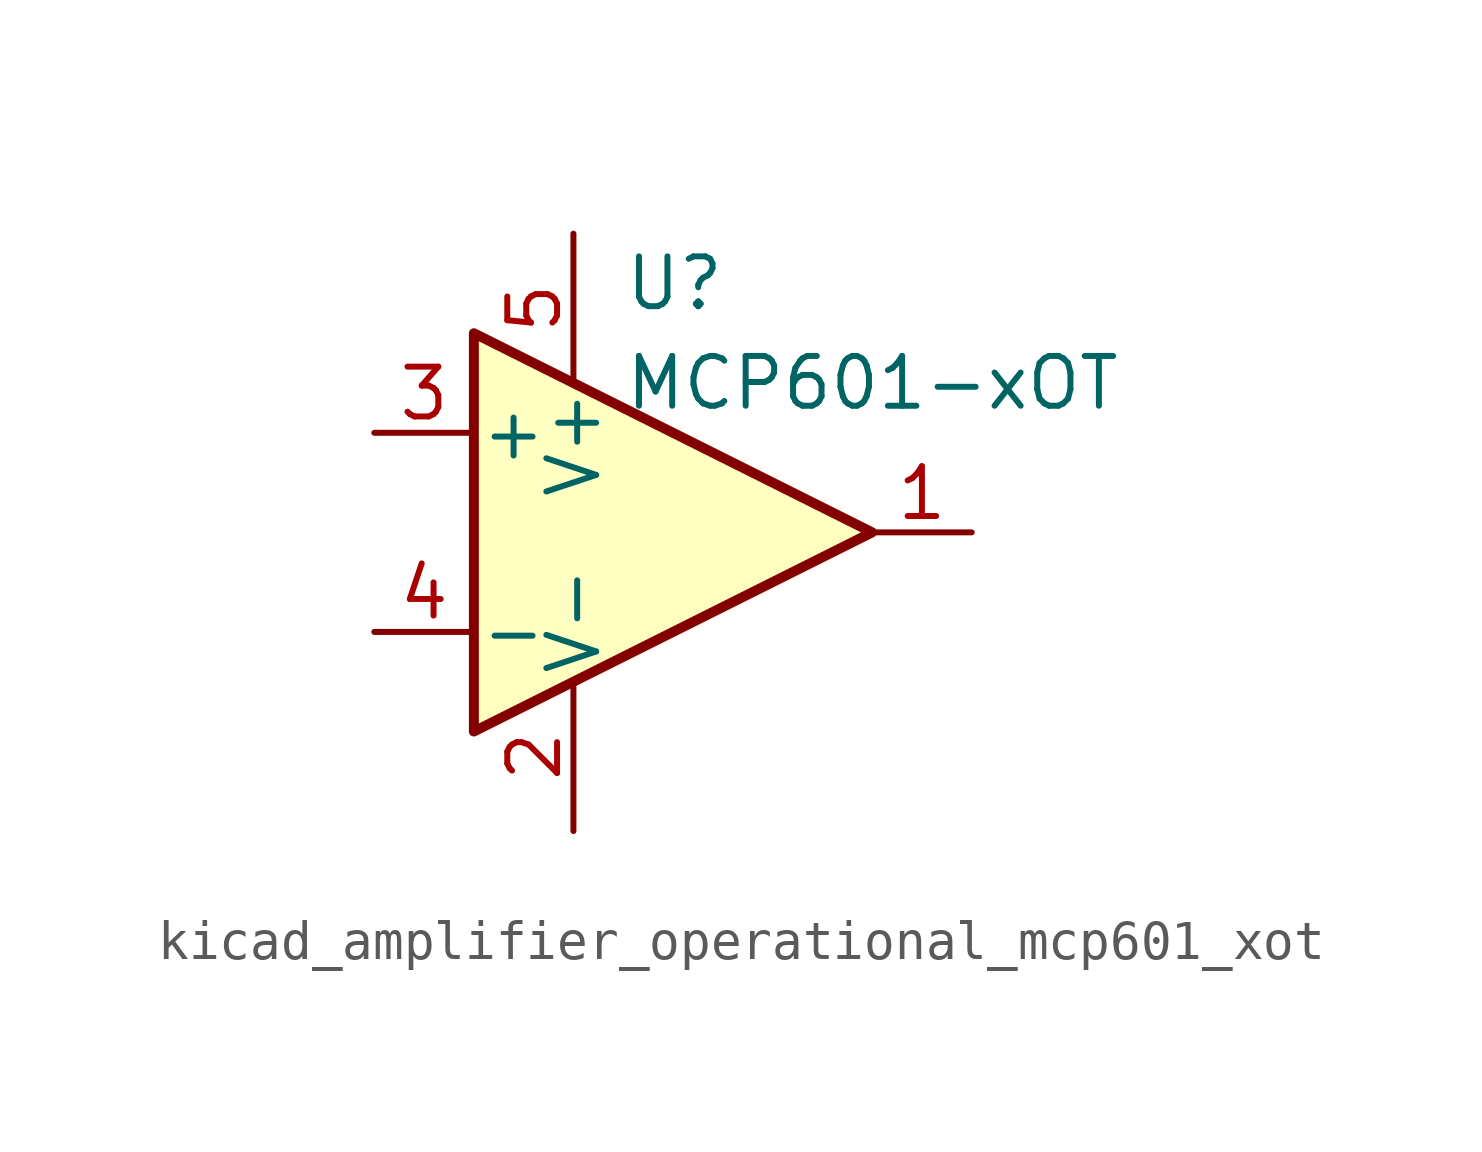
<source format=kicad_sym>
(kicad_symbol_lib
  (version 20220914)
  (generator kicad_symbol_editor)
  (symbol "kicad_amplifier_operational_mcp601_xot"
    (pin_names
      (offset 0.127))
    (property "Reference" "U"
      (at -1.27 6.35 0)
      (effects (font (size 1.27 1.27)) (justify left)))
    (property "Value" "MCP601-xOT"
      (at -1.27 3.81 0)
      (effects (font (size 1.27 1.27)) (justify left)))
    (symbol "kicad_amplifier_operational_mcp601_xot_0_1"
      (polyline (pts (xy -5.08 5.08) (xy 5.08 0) (xy -5.08 -5.08) (xy -5.08 5.08)) (stroke (width 0.254) (type default)) (fill (type background)))
      (pin power_in line (at -2.54 -7.62 90) (length 3.81) (name "V-" (effects (font (size 1.27 1.27)))) (number "2" (effects (font (size 1.27 1.27)))))
      (pin power_in line (at -2.54 7.62 270) (length 3.81) (name "V+" (effects (font (size 1.27 1.27)))) (number "5" (effects (font (size 1.27 1.27))))))
    (symbol "kicad_amplifier_operational_mcp601_xot_1_1"
      (pin output line (at 7.62 0 180) (length 2.54) (name "~" (effects (font (size 1.27 1.27)))) (number "1" (effects (font (size 1.27 1.27)))))
      (pin input line (at -7.62 2.54 0) (length 2.54) (name "+" (effects (font (size 1.27 1.27)))) (number "3" (effects (font (size 1.27 1.27)))))
      (pin input line (at -7.62 -2.54 0) (length 2.54) (name "-" (effects (font (size 1.27 1.27)))) (number "4" (effects (font (size 1.27 1.27))))))))
</source>
